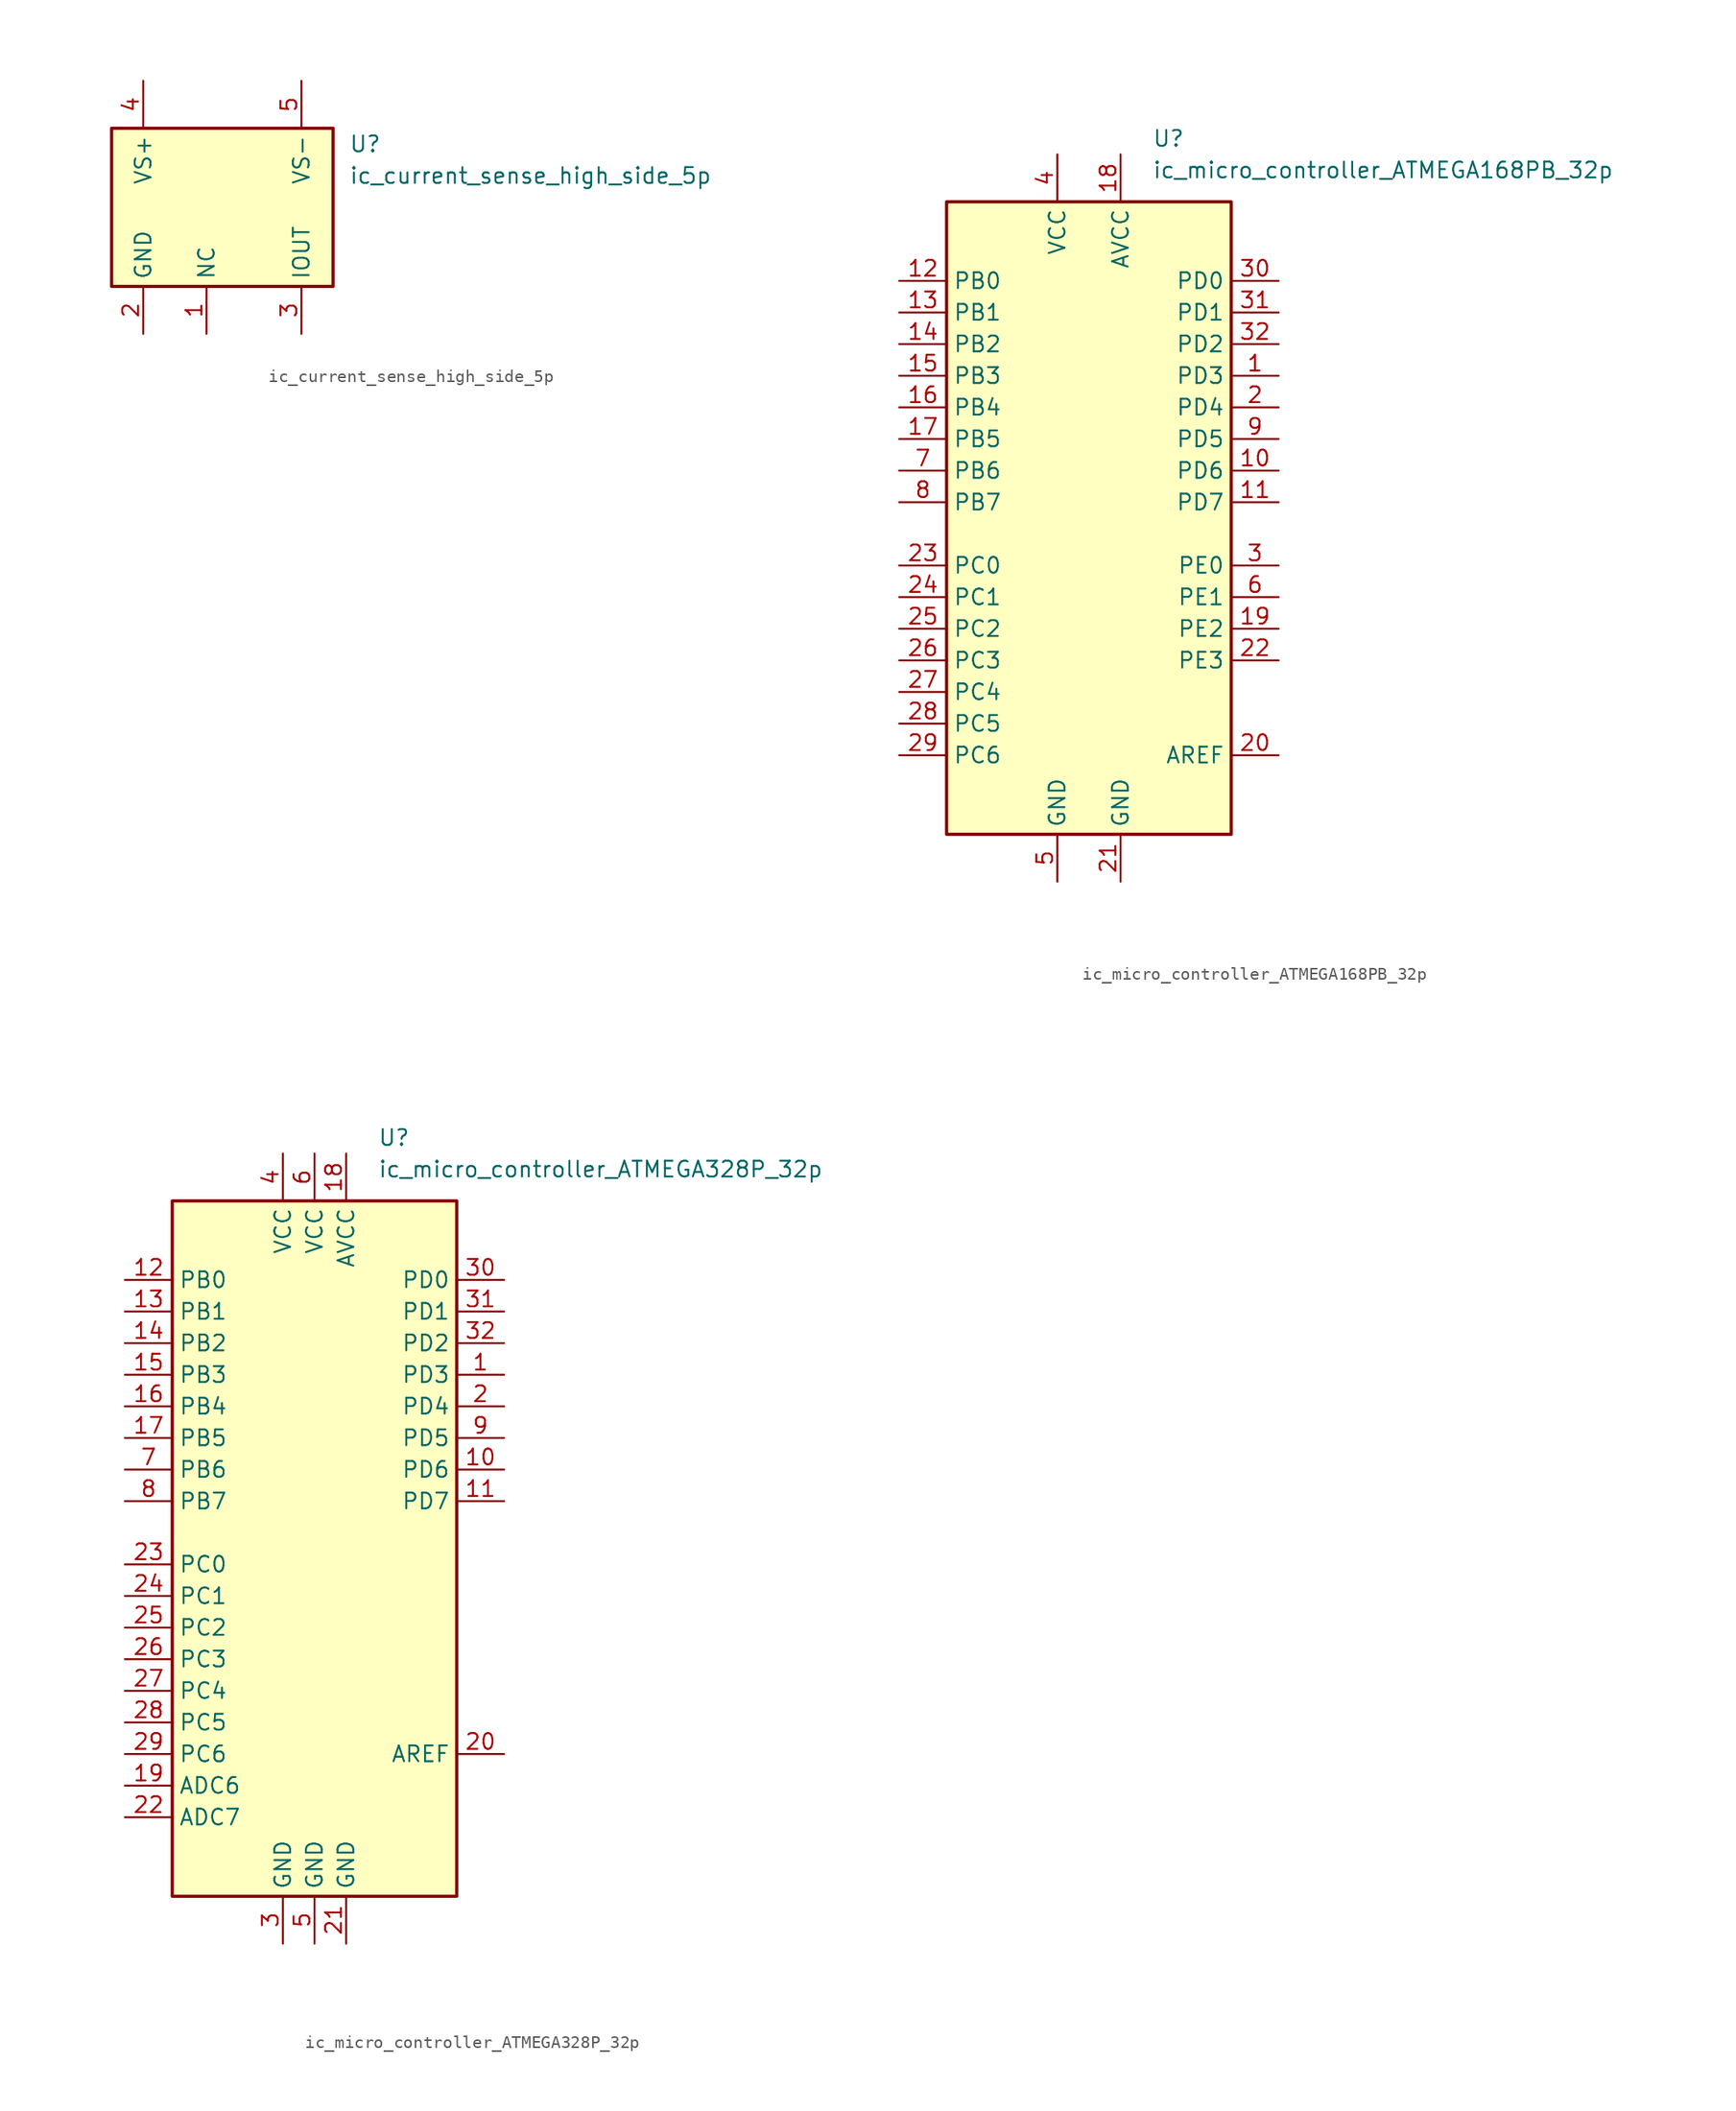
<source format=kicad_sym>
(kicad_symbol_lib
  (version 20241209)
  (generator "kicad_symbol_editor")
  (generator_version "9.0")
  (symbol "ic_current_sense_high_side_5p"
    (property "Reference" "U"
      (at 16.51 -5.08 0)
      (effects (font (size 1.27 1.27)) (justify left)))
    (property "Value" "ic_current_sense_high_side_5p"
      (at 16.51 -7.62 0)
      (effects (font (size 1.27 1.27)) (justify left)))
    (symbol "ic_current_sense_high_side_5p_0_1"
      (rectangle (start -2.54 -3.81) (end 15.24 -16.51) (stroke (width 0.254) (type default)) (fill (type background))))
    (symbol "ic_current_sense_high_side_5p_1_1"
      (pin input line (at 0 0 270) (length 3.81) (name "VS+" (effects (font (size 1.27 1.27)))) (number "4" (effects (font (size 1.27 1.27)))))
      (pin power_in line (at 0 -20.32 90) (length 3.81) (name "GND" (effects (font (size 1.27 1.27)))) (number "2" (effects (font (size 1.27 1.27)))))
      (pin input line (at 5.08 -20.32 90) (length 3.81) (name "NC" (effects (font (size 1.27 1.27)))) (number "1" (effects (font (size 1.27 1.27)))))
      (pin input line (at 12.7 0 270) (length 3.81) (name "VS-" (effects (font (size 1.27 1.27)))) (number "5" (effects (font (size 1.27 1.27)))))
      (pin output line (at 12.7 -20.32 90) (length 3.81) (name "IOUT" (effects (font (size 1.27 1.27)))) (number "3" (effects (font (size 1.27 1.27)))))))
  (symbol "ic_micro_controller_ATMEGA168PB_32p"
    (property "Reference" "U"
      (at 20.32 11.43 0)
      (effects (font (size 1.27 1.27)) (justify left)))
    (property "Value" "ic_micro_controller_ATMEGA168PB_32p"
      (at 20.32 8.89 0)
      (effects (font (size 1.27 1.27)) (justify left)))
    (symbol "ic_micro_controller_ATMEGA168PB_32p_0_1"
      (rectangle (start 3.81 6.35) (end 26.67 -44.45) (stroke (width 0.254) (type default)) (fill (type background))))
    (symbol "ic_micro_controller_ATMEGA168PB_32p_1_1"
      (pin bidirectional line (at 0 0 0) (length 3.81) (name "PB0" (effects (font (size 1.27 1.27)))) (number "12" (effects (font (size 1.27 1.27)))))
      (pin bidirectional line (at 0 -2.54 0) (length 3.81) (name "PB1" (effects (font (size 1.27 1.27)))) (number "13" (effects (font (size 1.27 1.27)))))
      (pin bidirectional line (at 0 -5.08 0) (length 3.81) (name "PB2" (effects (font (size 1.27 1.27)))) (number "14" (effects (font (size 1.27 1.27)))))
      (pin bidirectional line (at 0 -7.62 0) (length 3.81) (name "PB3" (effects (font (size 1.27 1.27)))) (number "15" (effects (font (size 1.27 1.27)))))
      (pin bidirectional line (at 0 -10.16 0) (length 3.81) (name "PB4" (effects (font (size 1.27 1.27)))) (number "16" (effects (font (size 1.27 1.27)))))
      (pin bidirectional line (at 0 -12.7 0) (length 3.81) (name "PB5" (effects (font (size 1.27 1.27)))) (number "17" (effects (font (size 1.27 1.27)))))
      (pin bidirectional line (at 0 -15.24 0) (length 3.81) (name "PB6" (effects (font (size 1.27 1.27)))) (number "7" (effects (font (size 1.27 1.27)))))
      (pin bidirectional line (at 0 -17.78 0) (length 3.81) (name "PB7" (effects (font (size 1.27 1.27)))) (number "8" (effects (font (size 1.27 1.27)))))
      (pin bidirectional line (at 0 -22.86 0) (length 3.81) (name "PC0" (effects (font (size 1.27 1.27)))) (number "23" (effects (font (size 1.27 1.27)))))
      (pin bidirectional line (at 0 -25.4 0) (length 3.81) (name "PC1" (effects (font (size 1.27 1.27)))) (number "24" (effects (font (size 1.27 1.27)))))
      (pin bidirectional line (at 0 -27.94 0) (length 3.81) (name "PC2" (effects (font (size 1.27 1.27)))) (number "25" (effects (font (size 1.27 1.27)))))
      (pin bidirectional line (at 0 -30.48 0) (length 3.81) (name "PC3" (effects (font (size 1.27 1.27)))) (number "26" (effects (font (size 1.27 1.27)))))
      (pin bidirectional line (at 0 -33.02 0) (length 3.81) (name "PC4" (effects (font (size 1.27 1.27)))) (number "27" (effects (font (size 1.27 1.27)))))
      (pin bidirectional line (at 0 -35.56 0) (length 3.81) (name "PC5" (effects (font (size 1.27 1.27)))) (number "28" (effects (font (size 1.27 1.27)))))
      (pin bidirectional line (at 0 -38.1 0) (length 3.81) (name "PC6" (effects (font (size 1.27 1.27)))) (number "29" (effects (font (size 1.27 1.27)))))
      (pin power_in line (at 12.7 10.16 270) (length 3.81) (name "VCC" (effects (font (size 1.27 1.27)))) (number "4" (effects (font (size 1.27 1.27)))))
      (pin power_in line (at 12.7 -48.26 90) (length 3.81) (name "GND" (effects (font (size 1.27 1.27)))) (number "5" (effects (font (size 1.27 1.27)))))
      (pin power_in line (at 17.78 10.16 270) (length 3.81) (name "AVCC" (effects (font (size 1.27 1.27)))) (number "18" (effects (font (size 1.27 1.27)))))
      (pin power_in line (at 17.78 -48.26 90) (length 3.81) (name "GND" (effects (font (size 1.27 1.27)))) (number "21" (effects (font (size 1.27 1.27)))))
      (pin bidirectional line (at 30.48 0 180) (length 3.81) (name "PD0" (effects (font (size 1.27 1.27)))) (number "30" (effects (font (size 1.27 1.27)))))
      (pin bidirectional line (at 30.48 -2.54 180) (length 3.81) (name "PD1" (effects (font (size 1.27 1.27)))) (number "31" (effects (font (size 1.27 1.27)))))
      (pin bidirectional line (at 30.48 -5.08 180) (length 3.81) (name "PD2" (effects (font (size 1.27 1.27)))) (number "32" (effects (font (size 1.27 1.27)))))
      (pin bidirectional line (at 30.48 -7.62 180) (length 3.81) (name "PD3" (effects (font (size 1.27 1.27)))) (number "1" (effects (font (size 1.27 1.27)))))
      (pin bidirectional line (at 30.48 -10.16 180) (length 3.81) (name "PD4" (effects (font (size 1.27 1.27)))) (number "2" (effects (font (size 1.27 1.27)))))
      (pin bidirectional line (at 30.48 -12.7 180) (length 3.81) (name "PD5" (effects (font (size 1.27 1.27)))) (number "9" (effects (font (size 1.27 1.27)))))
      (pin bidirectional line (at 30.48 -15.24 180) (length 3.81) (name "PD6" (effects (font (size 1.27 1.27)))) (number "10" (effects (font (size 1.27 1.27)))))
      (pin bidirectional line (at 30.48 -17.78 180) (length 3.81) (name "PD7" (effects (font (size 1.27 1.27)))) (number "11" (effects (font (size 1.27 1.27)))))
      (pin bidirectional line (at 30.48 -22.86 180) (length 3.81) (name "PE0" (effects (font (size 1.27 1.27)))) (number "3" (effects (font (size 1.27 1.27)))))
      (pin bidirectional line (at 30.48 -25.4 180) (length 3.81) (name "PE1" (effects (font (size 1.27 1.27)))) (number "6" (effects (font (size 1.27 1.27)))))
      (pin bidirectional line (at 30.48 -27.94 180) (length 3.81) (name "PE2" (effects (font (size 1.27 1.27)))) (number "19" (effects (font (size 1.27 1.27)))))
      (pin bidirectional line (at 30.48 -30.48 180) (length 3.81) (name "PE3" (effects (font (size 1.27 1.27)))) (number "22" (effects (font (size 1.27 1.27)))))
      (pin power_in line (at 30.48 -38.1 180) (length 3.81) (name "AREF" (effects (font (size 1.27 1.27)))) (number "20" (effects (font (size 1.27 1.27)))))))
  (symbol "ic_micro_controller_ATMEGA328P_32p"
    (property "Reference" "U"
      (at 20.32 11.43 0)
      (effects (font (size 1.27 1.27)) (justify left)))
    (property "Value" "ic_micro_controller_ATMEGA328P_32p"
      (at 20.32 8.89 0)
      (effects (font (size 1.27 1.27)) (justify left)))
    (symbol "ic_micro_controller_ATMEGA328P_32p_0_1"
      (rectangle (start 3.81 6.35) (end 26.67 -49.53) (stroke (width 0.254) (type default)) (fill (type background))))
    (symbol "ic_micro_controller_ATMEGA328P_32p_1_1"
      (pin bidirectional line (at 0 0 0) (length 3.81) (name "PB0" (effects (font (size 1.27 1.27)))) (number "12" (effects (font (size 1.27 1.27)))))
      (pin bidirectional line (at 0 -2.54 0) (length 3.81) (name "PB1" (effects (font (size 1.27 1.27)))) (number "13" (effects (font (size 1.27 1.27)))))
      (pin bidirectional line (at 0 -5.08 0) (length 3.81) (name "PB2" (effects (font (size 1.27 1.27)))) (number "14" (effects (font (size 1.27 1.27)))))
      (pin bidirectional line (at 0 -7.62 0) (length 3.81) (name "PB3" (effects (font (size 1.27 1.27)))) (number "15" (effects (font (size 1.27 1.27)))))
      (pin bidirectional line (at 0 -10.16 0) (length 3.81) (name "PB4" (effects (font (size 1.27 1.27)))) (number "16" (effects (font (size 1.27 1.27)))))
      (pin bidirectional line (at 0 -12.7 0) (length 3.81) (name "PB5" (effects (font (size 1.27 1.27)))) (number "17" (effects (font (size 1.27 1.27)))))
      (pin bidirectional line (at 0 -15.24 0) (length 3.81) (name "PB6" (effects (font (size 1.27 1.27)))) (number "7" (effects (font (size 1.27 1.27)))))
      (pin bidirectional line (at 0 -17.78 0) (length 3.81) (name "PB7" (effects (font (size 1.27 1.27)))) (number "8" (effects (font (size 1.27 1.27)))))
      (pin bidirectional line (at 0 -22.86 0) (length 3.81) (name "PC0" (effects (font (size 1.27 1.27)))) (number "23" (effects (font (size 1.27 1.27)))))
      (pin bidirectional line (at 0 -25.4 0) (length 3.81) (name "PC1" (effects (font (size 1.27 1.27)))) (number "24" (effects (font (size 1.27 1.27)))))
      (pin bidirectional line (at 0 -27.94 0) (length 3.81) (name "PC2" (effects (font (size 1.27 1.27)))) (number "25" (effects (font (size 1.27 1.27)))))
      (pin bidirectional line (at 0 -30.48 0) (length 3.81) (name "PC3" (effects (font (size 1.27 1.27)))) (number "26" (effects (font (size 1.27 1.27)))))
      (pin bidirectional line (at 0 -33.02 0) (length 3.81) (name "PC4" (effects (font (size 1.27 1.27)))) (number "27" (effects (font (size 1.27 1.27)))))
      (pin bidirectional line (at 0 -35.56 0) (length 3.81) (name "PC5" (effects (font (size 1.27 1.27)))) (number "28" (effects (font (size 1.27 1.27)))))
      (pin bidirectional line (at 0 -38.1 0) (length 3.81) (name "PC6" (effects (font (size 1.27 1.27)))) (number "29" (effects (font (size 1.27 1.27)))))
      (pin bidirectional line (at 0 -40.64 0) (length 3.81) (name "ADC6" (effects (font (size 1.27 1.27)))) (number "19" (effects (font (size 1.27 1.27)))))
      (pin bidirectional line (at 0 -43.18 0) (length 3.81) (name "ADC7" (effects (font (size 1.27 1.27)))) (number "22" (effects (font (size 1.27 1.27)))))
      (pin power_in line (at 12.7 10.16 270) (length 3.81) (name "VCC" (effects (font (size 1.27 1.27)))) (number "4" (effects (font (size 1.27 1.27)))))
      (pin power_in line (at 12.7 -53.34 90) (length 3.81) (name "GND" (effects (font (size 1.27 1.27)))) (number "3" (effects (font (size 1.27 1.27)))))
      (pin power_in line (at 15.24 10.16 270) (length 3.81) (name "VCC" (effects (font (size 1.27 1.27)))) (number "6" (effects (font (size 1.27 1.27)))))
      (pin power_in line (at 15.24 -53.34 90) (length 3.81) (name "GND" (effects (font (size 1.27 1.27)))) (number "5" (effects (font (size 1.27 1.27)))))
      (pin power_in line (at 17.78 10.16 270) (length 3.81) (name "AVCC" (effects (font (size 1.27 1.27)))) (number "18" (effects (font (size 1.27 1.27)))))
      (pin power_in line (at 17.78 -53.34 90) (length 3.81) (name "GND" (effects (font (size 1.27 1.27)))) (number "21" (effects (font (size 1.27 1.27)))))
      (pin bidirectional line (at 30.48 0 180) (length 3.81) (name "PD0" (effects (font (size 1.27 1.27)))) (number "30" (effects (font (size 1.27 1.27)))))
      (pin bidirectional line (at 30.48 -2.54 180) (length 3.81) (name "PD1" (effects (font (size 1.27 1.27)))) (number "31" (effects (font (size 1.27 1.27)))))
      (pin bidirectional line (at 30.48 -5.08 180) (length 3.81) (name "PD2" (effects (font (size 1.27 1.27)))) (number "32" (effects (font (size 1.27 1.27)))))
      (pin bidirectional line (at 30.48 -7.62 180) (length 3.81) (name "PD3" (effects (font (size 1.27 1.27)))) (number "1" (effects (font (size 1.27 1.27)))))
      (pin bidirectional line (at 30.48 -10.16 180) (length 3.81) (name "PD4" (effects (font (size 1.27 1.27)))) (number "2" (effects (font (size 1.27 1.27)))))
      (pin bidirectional line (at 30.48 -12.7 180) (length 3.81) (name "PD5" (effects (font (size 1.27 1.27)))) (number "9" (effects (font (size 1.27 1.27)))))
      (pin bidirectional line (at 30.48 -15.24 180) (length 3.81) (name "PD6" (effects (font (size 1.27 1.27)))) (number "10" (effects (font (size 1.27 1.27)))))
      (pin bidirectional line (at 30.48 -17.78 180) (length 3.81) (name "PD7" (effects (font (size 1.27 1.27)))) (number "11" (effects (font (size 1.27 1.27)))))
      (pin power_in line (at 30.48 -38.1 180) (length 3.81) (name "AREF" (effects (font (size 1.27 1.27)))) (number "20" (effects (font (size 1.27 1.27))))))))
</source>
